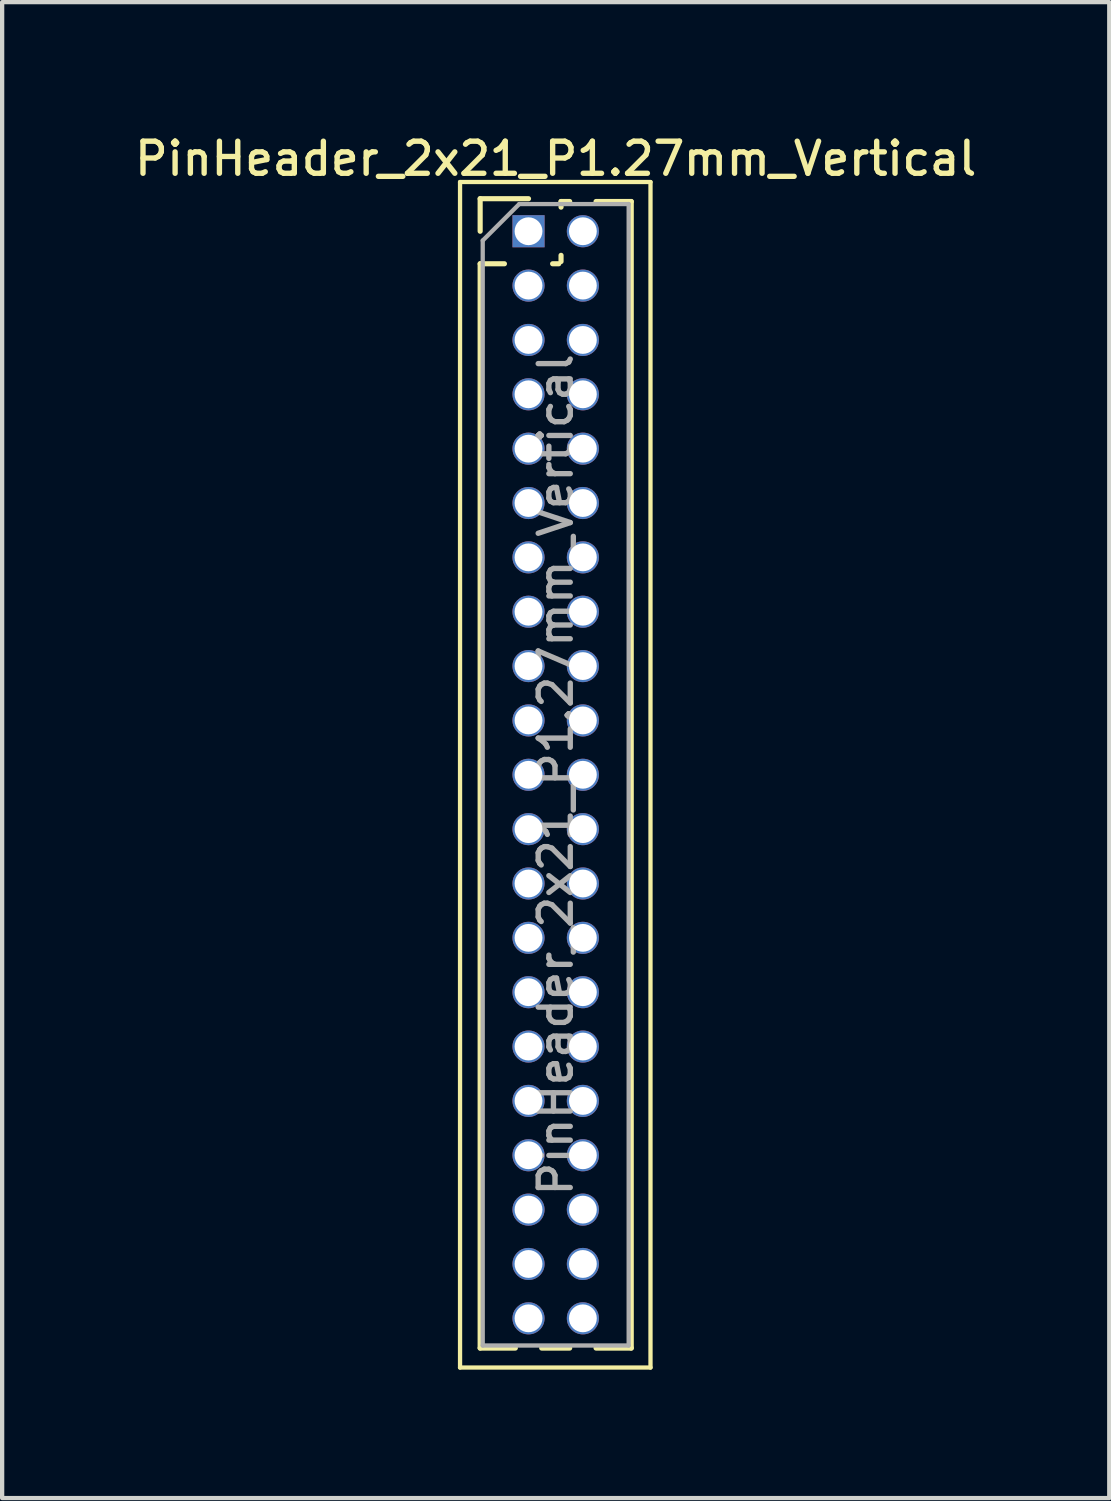
<source format=kicad_pcb>
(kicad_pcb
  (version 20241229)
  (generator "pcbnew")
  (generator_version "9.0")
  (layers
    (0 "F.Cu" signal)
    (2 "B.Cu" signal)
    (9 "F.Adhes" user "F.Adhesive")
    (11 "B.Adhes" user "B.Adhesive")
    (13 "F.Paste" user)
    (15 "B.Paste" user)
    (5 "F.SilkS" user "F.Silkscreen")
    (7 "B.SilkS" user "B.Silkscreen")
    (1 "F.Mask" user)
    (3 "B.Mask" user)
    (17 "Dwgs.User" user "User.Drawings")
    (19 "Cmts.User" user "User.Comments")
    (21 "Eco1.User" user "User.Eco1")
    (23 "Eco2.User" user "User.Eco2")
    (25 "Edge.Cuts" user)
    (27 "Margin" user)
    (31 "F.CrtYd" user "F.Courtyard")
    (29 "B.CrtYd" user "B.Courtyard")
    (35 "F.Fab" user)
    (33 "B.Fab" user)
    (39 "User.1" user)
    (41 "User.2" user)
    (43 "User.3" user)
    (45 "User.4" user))
  (footprint "PinHeader_2x21_P1.27mm_Vertical"
    (layer "F.Cu")
    (at 9.299 2.353)
    (property "Reference" "PinHeader_2x21_P1.27mm_Vertical" (at 0.635 -1.695 0) (layer "F.SilkS") (effects (font (size 0.75 0.75) (thickness 0.125))))
    (attr through_hole)
    (fp_line (start -1.6 -1.15) (end -1.6 26.55) (stroke (width 0.1) (type solid)) (layer "F.SilkS"))
    (fp_line (start -1.6 26.55) (end 2.85 26.55) (stroke (width 0.1) (type solid)) (layer "F.SilkS"))
    (fp_line (start -1.13 -0.76) (end 0 -0.76) (stroke (width 0.12) (type solid)) (layer "F.SilkS"))
    (fp_line (start -1.13 0) (end -1.13 -0.76) (stroke (width 0.12) (type solid)) (layer "F.SilkS"))
    (fp_line (start -1.13 0.76) (end -1.13 26.095) (stroke (width 0.12) (type solid)) (layer "F.SilkS"))
    (fp_line (start -1.13 0.76) (end -0.563 0.76) (stroke (width 0.12) (type solid)) (layer "F.SilkS"))
    (fp_line (start -1.13 26.095) (end -0.308 26.095) (stroke (width 0.12) (type solid)) (layer "F.SilkS"))
    (fp_line (start 0.308 26.095) (end 0.962 26.095) (stroke (width 0.12) (type solid)) (layer "F.SilkS"))
    (fp_line (start 0.563 0.76) (end 0.707 0.76) (stroke (width 0.12) (type solid)) (layer "F.SilkS"))
    (fp_line (start 0.76 -0.695) (end 0.962 -0.695) (stroke (width 0.12) (type solid)) (layer "F.SilkS"))
    (fp_line (start 0.76 -0.563) (end 0.76 -0.695) (stroke (width 0.12) (type solid)) (layer "F.SilkS"))
    (fp_line (start 0.76 0.707) (end 0.76 0.563) (stroke (width 0.12) (type solid)) (layer "F.SilkS"))
    (fp_line (start 1.578 -0.695) (end 2.4 -0.695) (stroke (width 0.12) (type solid)) (layer "F.SilkS"))
    (fp_line (start 1.578 26.095) (end 2.4 26.095) (stroke (width 0.12) (type solid)) (layer "F.SilkS"))
    (fp_line (start 2.4 -0.695) (end 2.4 26.095) (stroke (width 0.12) (type solid)) (layer "F.SilkS"))
    (fp_line (start 2.85 -1.15) (end -1.6 -1.15) (stroke (width 0.1) (type solid)) (layer "F.SilkS"))
    (fp_line (start 2.85 26.55) (end 2.85 -1.15) (stroke (width 0.1) (type solid)) (layer "F.SilkS"))
    (fp_line (start -1.07 0.217) (end -0.217 -0.635) (stroke (width 0.1) (type solid)) (layer "F.Fab"))
    (fp_line (start -1.07 26.035) (end -1.07 0.217) (stroke (width 0.1) (type solid)) (layer "F.Fab"))
    (fp_line (start -0.217 -0.635) (end 2.34 -0.635) (stroke (width 0.1) (type solid)) (layer "F.Fab"))
    (fp_line (start 2.34 -0.635) (end 2.34 26.035) (stroke (width 0.1) (type solid)) (layer "F.Fab"))
    (fp_line (start 2.34 26.035) (end -1.07 26.035) (stroke (width 0.1) (type solid)) (layer "F.Fab"))
    (fp_text user "${REFERENCE}" (at 0.635 12.7 90) (layer "F.Fab") (effects (font (size 0.75 0.75) (thickness 0.125))))
    (pad "1" thru_hole rect (at 0 0) (size 0.75 0.75) (drill 0.65) (layers "*.Cu" "*.Mask"))
    (pad "2" thru_hole oval (at 1.27 0) (size 0.75 0.75) (drill 0.65) (layers "*.Cu" "*.Mask"))
    (pad "3" thru_hole oval (at 0 1.27) (size 0.75 0.75) (drill 0.65) (layers "*.Cu" "*.Mask"))
    (pad "4" thru_hole oval (at 1.27 1.27) (size 0.75 0.75) (drill 0.65) (layers "*.Cu" "*.Mask"))
    (pad "5" thru_hole oval (at 0 2.54) (size 0.75 0.75) (drill 0.65) (layers "*.Cu" "*.Mask"))
    (pad "6" thru_hole oval (at 1.27 2.54) (size 0.75 0.75) (drill 0.65) (layers "*.Cu" "*.Mask"))
    (pad "7" thru_hole oval (at 0 3.81) (size 0.75 0.75) (drill 0.65) (layers "*.Cu" "*.Mask"))
    (pad "8" thru_hole oval (at 1.27 3.81) (size 0.75 0.75) (drill 0.65) (layers "*.Cu" "*.Mask"))
    (pad "9" thru_hole oval (at 0 5.08) (size 0.75 0.75) (drill 0.65) (layers "*.Cu" "*.Mask"))
    (pad "10" thru_hole oval (at 1.27 5.08) (size 0.75 0.75) (drill 0.65) (layers "*.Cu" "*.Mask"))
    (pad "11" thru_hole oval (at 0 6.35) (size 0.75 0.75) (drill 0.65) (layers "*.Cu" "*.Mask"))
    (pad "12" thru_hole oval (at 1.27 6.35) (size 0.75 0.75) (drill 0.65) (layers "*.Cu" "*.Mask"))
    (pad "13" thru_hole oval (at 0 7.62) (size 0.75 0.75) (drill 0.65) (layers "*.Cu" "*.Mask"))
    (pad "14" thru_hole oval (at 1.27 7.62) (size 0.75 0.75) (drill 0.65) (layers "*.Cu" "*.Mask"))
    (pad "15" thru_hole oval (at 0 8.89) (size 0.75 0.75) (drill 0.65) (layers "*.Cu" "*.Mask"))
    (pad "16" thru_hole oval (at 1.27 8.89) (size 0.75 0.75) (drill 0.65) (layers "*.Cu" "*.Mask"))
    (pad "17" thru_hole oval (at 0 10.16) (size 0.75 0.75) (drill 0.65) (layers "*.Cu" "*.Mask"))
    (pad "18" thru_hole oval (at 1.27 10.16) (size 0.75 0.75) (drill 0.65) (layers "*.Cu" "*.Mask"))
    (pad "19" thru_hole oval (at 0 11.43) (size 0.75 0.75) (drill 0.65) (layers "*.Cu" "*.Mask"))
    (pad "20" thru_hole oval (at 1.27 11.43) (size 0.75 0.75) (drill 0.65) (layers "*.Cu" "*.Mask"))
    (pad "21" thru_hole oval (at 0 12.7) (size 0.75 0.75) (drill 0.65) (layers "*.Cu" "*.Mask"))
    (pad "22" thru_hole oval (at 1.27 12.7) (size 0.75 0.75) (drill 0.65) (layers "*.Cu" "*.Mask"))
    (pad "23" thru_hole oval (at 0 13.97) (size 0.75 0.75) (drill 0.65) (layers "*.Cu" "*.Mask"))
    (pad "24" thru_hole oval (at 1.27 13.97) (size 0.75 0.75) (drill 0.65) (layers "*.Cu" "*.Mask"))
    (pad "25" thru_hole oval (at 0 15.24) (size 0.75 0.75) (drill 0.65) (layers "*.Cu" "*.Mask"))
    (pad "26" thru_hole oval (at 1.27 15.24) (size 0.75 0.75) (drill 0.65) (layers "*.Cu" "*.Mask"))
    (pad "27" thru_hole oval (at 0 16.51) (size 0.75 0.75) (drill 0.65) (layers "*.Cu" "*.Mask"))
    (pad "28" thru_hole oval (at 1.27 16.51) (size 0.75 0.75) (drill 0.65) (layers "*.Cu" "*.Mask"))
    (pad "29" thru_hole oval (at 0 17.78) (size 0.75 0.75) (drill 0.65) (layers "*.Cu" "*.Mask"))
    (pad "30" thru_hole oval (at 1.27 17.78) (size 0.75 0.75) (drill 0.65) (layers "*.Cu" "*.Mask"))
    (pad "31" thru_hole oval (at 0 19.05) (size 0.75 0.75) (drill 0.65) (layers "*.Cu" "*.Mask"))
    (pad "32" thru_hole oval (at 1.27 19.05) (size 0.75 0.75) (drill 0.65) (layers "*.Cu" "*.Mask"))
    (pad "33" thru_hole oval (at 0 20.32) (size 0.75 0.75) (drill 0.65) (layers "*.Cu" "*.Mask"))
    (pad "34" thru_hole oval (at 1.27 20.32) (size 0.75 0.75) (drill 0.65) (layers "*.Cu" "*.Mask"))
    (pad "35" thru_hole oval (at 0 21.59) (size 0.75 0.75) (drill 0.65) (layers "*.Cu" "*.Mask"))
    (pad "36" thru_hole oval (at 1.27 21.59) (size 0.75 0.75) (drill 0.65) (layers "*.Cu" "*.Mask"))
    (pad "37" thru_hole oval (at 0 22.86) (size 0.75 0.75) (drill 0.65) (layers "*.Cu" "*.Mask"))
    (pad "38" thru_hole oval (at 1.27 22.86) (size 0.75 0.75) (drill 0.65) (layers "*.Cu" "*.Mask"))
    (pad "39" thru_hole oval (at 0 24.13) (size 0.75 0.75) (drill 0.65) (layers "*.Cu" "*.Mask"))
    (pad "40" thru_hole oval (at 1.27 24.13) (size 0.75 0.75) (drill 0.65) (layers "*.Cu" "*.Mask"))
    (pad "41" thru_hole oval (at 0 25.4) (size 0.75 0.75) (drill 0.65) (layers "*.Cu" "*.Mask"))
    (pad "42" thru_hole oval (at 1.27 25.4) (size 0.75 0.75) (drill 0.65) (layers "*.Cu" "*.Mask")))
  (gr_rect
    (start -3 -3)
    (end 22.868 31.953)
    (stroke (width 0.1) (type default))
    (fill no)
    (layer "Edge.Cuts")))
</source>
